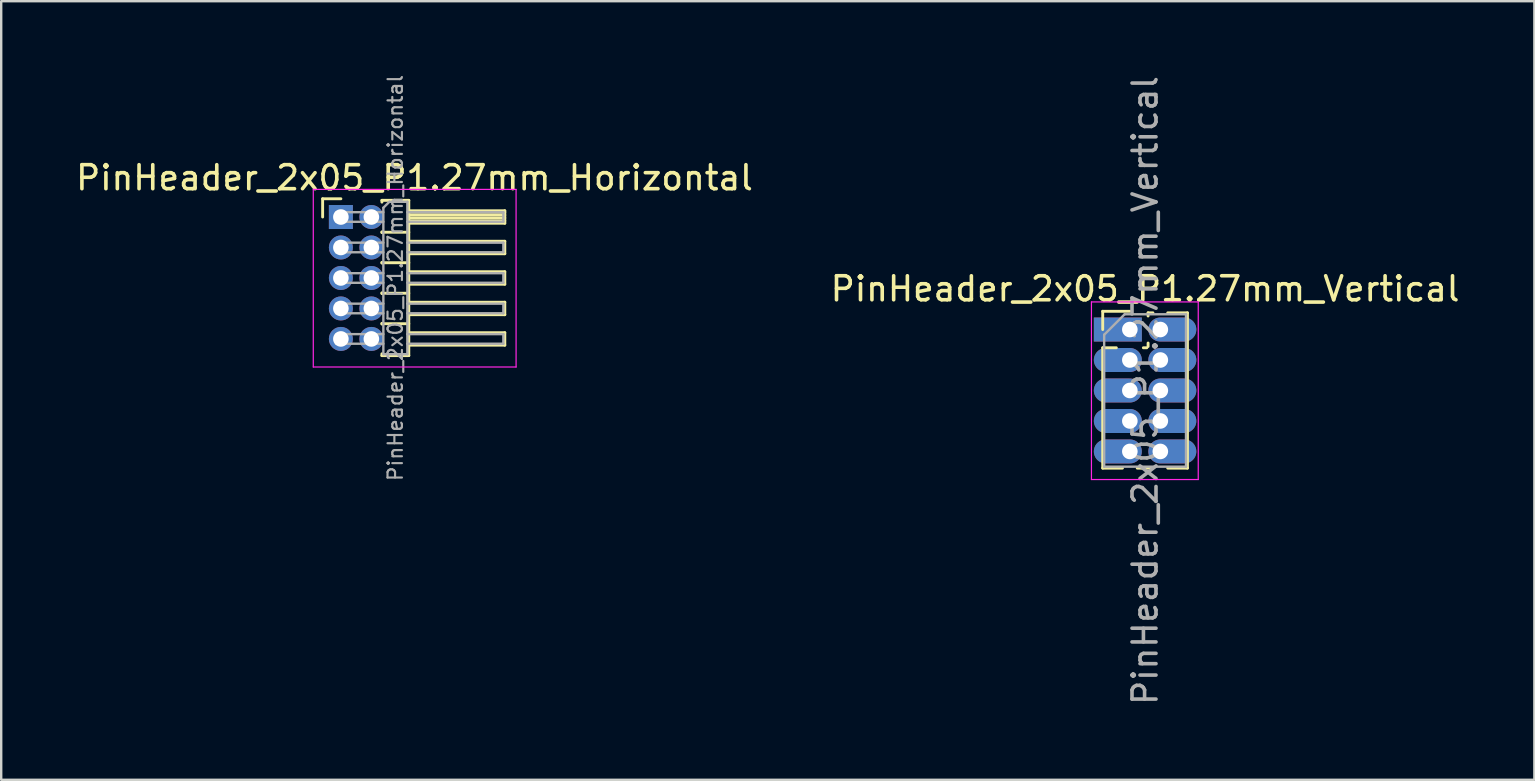
<source format=kicad_pcb>
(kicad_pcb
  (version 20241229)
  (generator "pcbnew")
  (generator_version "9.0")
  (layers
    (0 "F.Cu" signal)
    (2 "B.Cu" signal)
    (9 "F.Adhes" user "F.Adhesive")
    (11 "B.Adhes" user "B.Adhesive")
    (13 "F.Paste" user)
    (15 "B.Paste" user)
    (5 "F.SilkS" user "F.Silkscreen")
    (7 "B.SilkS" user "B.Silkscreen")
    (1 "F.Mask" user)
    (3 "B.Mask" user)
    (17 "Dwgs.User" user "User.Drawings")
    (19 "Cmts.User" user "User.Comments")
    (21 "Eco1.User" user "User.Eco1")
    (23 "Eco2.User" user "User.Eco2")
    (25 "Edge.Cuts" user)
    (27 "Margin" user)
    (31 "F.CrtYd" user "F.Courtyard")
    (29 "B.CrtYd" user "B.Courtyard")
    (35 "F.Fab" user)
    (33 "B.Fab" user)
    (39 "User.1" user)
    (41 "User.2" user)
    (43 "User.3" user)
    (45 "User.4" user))
  (footprint "PinHeader_2x05_P1.27mm_Vertical"
    (layer "F.Cu")
    (at 44.026 10.68)
    (property "Reference" "PinHeader_2x05_P1.27mm_Vertical" (at 0.635 -1.695 0) (layer "F.SilkS") (effects (font (size 1 1) (thickness 0.15))))
    (attr through_hole)
    (fp_line (start -1.13 -0.76) (end 0 -0.76) (stroke (width 0.12) (type solid)) (layer "F.SilkS"))
    (fp_line (start -1.13 0) (end -1.13 -0.76) (stroke (width 0.12) (type solid)) (layer "F.SilkS"))
    (fp_line (start -1.13 0.76) (end -1.13 5.775) (stroke (width 0.12) (type solid)) (layer "F.SilkS"))
    (fp_line (start -1.13 0.76) (end -0.563 0.76) (stroke (width 0.12) (type solid)) (layer "F.SilkS"))
    (fp_line (start -1.13 5.775) (end -0.308 5.775) (stroke (width 0.12) (type solid)) (layer "F.SilkS"))
    (fp_line (start 0.308 5.775) (end 0.962 5.775) (stroke (width 0.12) (type solid)) (layer "F.SilkS"))
    (fp_line (start 0.563 0.76) (end 0.707 0.76) (stroke (width 0.12) (type solid)) (layer "F.SilkS"))
    (fp_line (start 0.76 -0.695) (end 0.962 -0.695) (stroke (width 0.12) (type solid)) (layer "F.SilkS"))
    (fp_line (start 0.76 -0.563) (end 0.76 -0.695) (stroke (width 0.12) (type solid)) (layer "F.SilkS"))
    (fp_line (start 0.76 0.707) (end 0.76 0.563) (stroke (width 0.12) (type solid)) (layer "F.SilkS"))
    (fp_line (start 1.578 -0.695) (end 2.4 -0.695) (stroke (width 0.12) (type solid)) (layer "F.SilkS"))
    (fp_line (start 1.578 5.775) (end 2.4 5.775) (stroke (width 0.12) (type solid)) (layer "F.SilkS"))
    (fp_line (start 2.4 -0.695) (end 2.4 5.775) (stroke (width 0.12) (type solid)) (layer "F.SilkS"))
    (fp_line (start -1.6 -1.15) (end -1.6 6.25) (stroke (width 0.05) (type solid)) (layer "F.CrtYd"))
    (fp_line (start -1.6 6.25) (end 2.85 6.25) (stroke (width 0.05) (type solid)) (layer "F.CrtYd"))
    (fp_line (start 2.85 -1.15) (end -1.6 -1.15) (stroke (width 0.05) (type solid)) (layer "F.CrtYd"))
    (fp_line (start 2.85 6.25) (end 2.85 -1.15) (stroke (width 0.05) (type solid)) (layer "F.CrtYd"))
    (fp_line (start -1.07 0.217) (end -0.217 -0.635) (stroke (width 0.1) (type solid)) (layer "F.Fab"))
    (fp_line (start -1.07 5.715) (end -1.07 0.217) (stroke (width 0.1) (type solid)) (layer "F.Fab"))
    (fp_line (start -0.217 -0.635) (end 2.34 -0.635) (stroke (width 0.1) (type solid)) (layer "F.Fab"))
    (fp_line (start 2.34 -0.635) (end 2.34 5.715) (stroke (width 0.1) (type solid)) (layer "F.Fab"))
    (fp_line (start 2.34 5.715) (end -1.07 5.715) (stroke (width 0.1) (type solid)) (layer "F.Fab"))
    (fp_text user "${REFERENCE}" (at 0.635 2.54 90) (layer "F.Fab") (effects (font (size 1 1) (thickness 0.15))))
    (pad "1" thru_hole rect (at 0 0) (size 2 1) (drill 0.65 (offset -0.5 0)) (layers "*.Cu" "*.Mask"))
    (pad "2" thru_hole oval (at 1.27 0) (size 2 1) (drill 0.65 (offset 0.5 0)) (layers "*.Cu" "*.Mask"))
    (pad "3" thru_hole oval (at 0 1.27) (size 2 1) (drill 0.65 (offset -0.5 0)) (layers "*.Cu" "*.Mask"))
    (pad "4" thru_hole oval (at 1.27 1.27) (size 2 1) (drill 0.65 (offset 0.5 0)) (layers "*.Cu" "*.Mask"))
    (pad "5" thru_hole oval (at 0 2.54) (size 2 1) (drill 0.65 (offset -0.5 0)) (layers "*.Cu" "*.Mask"))
    (pad "6" thru_hole oval (at 1.27 2.54) (size 2 1) (drill 0.65 (offset 0.5 0)) (layers "*.Cu" "*.Mask"))
    (pad "7" thru_hole oval (at 0 3.81) (size 2 1) (drill 0.65 (offset -0.5 0)) (layers "*.Cu" "*.Mask"))
    (pad "8" thru_hole oval (at 1.27 3.81) (size 2 1) (drill 0.65 (offset 0.5 0)) (layers "*.Cu" "*.Mask"))
    (pad "9" thru_hole oval (at 0 5.08) (size 2 1) (drill 0.65 (offset -0.5 0)) (layers "*.Cu" "*.Mask"))
    (pad "10" thru_hole oval (at 1.27 5.08) (size 2 1) (drill 0.65 (offset 0.5 0)) (layers "*.Cu" "*.Mask")))
  (footprint "PinHeader_2x05_P1.27mm_Horizontal"
    (layer "F.Cu")
    (at 11.153 5.992)
    (property "Reference" "PinHeader_2x05_P1.27mm_Horizontal" (at 3.067 -1.635 0) (layer "F.SilkS") (effects (font (size 1 1) (thickness 0.15))))
    (attr through_hole)
    (fp_line (start -0.76 -0.76) (end 0 -0.76) (stroke (width 0.12) (type solid)) (layer "F.SilkS"))
    (fp_line (start -0.76 0) (end -0.76 -0.76) (stroke (width 0.12) (type solid)) (layer "F.SilkS"))
    (fp_line (start 1.71 -0.695) (end 2.83 -0.695) (stroke (width 0.12) (type solid)) (layer "F.SilkS"))
    (fp_line (start 1.71 -0.62) (end 1.71 -0.695) (stroke (width 0.12) (type solid)) (layer "F.SilkS"))
    (fp_line (start 1.71 0.62) (end 1.71 0.65) (stroke (width 0.12) (type solid)) (layer "F.SilkS"))
    (fp_line (start 1.71 0.635) (end 2.83 0.635) (stroke (width 0.12) (type solid)) (layer "F.SilkS"))
    (fp_line (start 1.71 1.89) (end 1.71 1.92) (stroke (width 0.12) (type solid)) (layer "F.SilkS"))
    (fp_line (start 1.71 1.905) (end 2.83 1.905) (stroke (width 0.12) (type solid)) (layer "F.SilkS"))
    (fp_line (start 1.71 3.16) (end 1.71 3.19) (stroke (width 0.12) (type solid)) (layer "F.SilkS"))
    (fp_line (start 1.71 3.175) (end 2.83 3.175) (stroke (width 0.12) (type solid)) (layer "F.SilkS"))
    (fp_line (start 1.71 4.43) (end 1.71 4.46) (stroke (width 0.12) (type solid)) (layer "F.SilkS"))
    (fp_line (start 1.71 4.445) (end 2.83 4.445) (stroke (width 0.12) (type solid)) (layer "F.SilkS"))
    (fp_line (start 1.71 5.775) (end 1.71 5.7) (stroke (width 0.12) (type solid)) (layer "F.SilkS"))
    (fp_line (start 2.83 -0.695) (end 2.83 5.775) (stroke (width 0.12) (type solid)) (layer "F.SilkS"))
    (fp_line (start 2.83 -0.26) (end 6.83 -0.26) (stroke (width 0.12) (type solid)) (layer "F.SilkS"))
    (fp_line (start 2.83 -0.2) (end 6.83 -0.2) (stroke (width 0.12) (type solid)) (layer "F.SilkS"))
    (fp_line (start 2.83 -0.08) (end 6.83 -0.08) (stroke (width 0.12) (type solid)) (layer "F.SilkS"))
    (fp_line (start 2.83 0.04) (end 6.83 0.04) (stroke (width 0.12) (type solid)) (layer "F.SilkS"))
    (fp_line (start 2.83 0.16) (end 6.83 0.16) (stroke (width 0.12) (type solid)) (layer "F.SilkS"))
    (fp_line (start 2.83 1.01) (end 6.83 1.01) (stroke (width 0.12) (type solid)) (layer "F.SilkS"))
    (fp_line (start 2.83 2.28) (end 6.83 2.28) (stroke (width 0.12) (type solid)) (layer "F.SilkS"))
    (fp_line (start 2.83 3.55) (end 6.83 3.55) (stroke (width 0.12) (type solid)) (layer "F.SilkS"))
    (fp_line (start 2.83 4.82) (end 6.83 4.82) (stroke (width 0.12) (type solid)) (layer "F.SilkS"))
    (fp_line (start 2.83 5.775) (end 1.71 5.775) (stroke (width 0.12) (type solid)) (layer "F.SilkS"))
    (fp_line (start 6.83 -0.26) (end 6.83 0.26) (stroke (width 0.12) (type solid)) (layer "F.SilkS"))
    (fp_line (start 6.83 0.26) (end 2.83 0.26) (stroke (width 0.12) (type solid)) (layer "F.SilkS"))
    (fp_line (start 6.83 1.01) (end 6.83 1.53) (stroke (width 0.12) (type solid)) (layer "F.SilkS"))
    (fp_line (start 6.83 1.53) (end 2.83 1.53) (stroke (width 0.12) (type solid)) (layer "F.SilkS"))
    (fp_line (start 6.83 2.28) (end 6.83 2.8) (stroke (width 0.12) (type solid)) (layer "F.SilkS"))
    (fp_line (start 6.83 2.8) (end 2.83 2.8) (stroke (width 0.12) (type solid)) (layer "F.SilkS"))
    (fp_line (start 6.83 3.55) (end 6.83 4.07) (stroke (width 0.12) (type solid)) (layer "F.SilkS"))
    (fp_line (start 6.83 4.07) (end 2.83 4.07) (stroke (width 0.12) (type solid)) (layer "F.SilkS"))
    (fp_line (start 6.83 4.82) (end 6.83 5.34) (stroke (width 0.12) (type solid)) (layer "F.SilkS"))
    (fp_line (start 6.83 5.34) (end 2.83 5.34) (stroke (width 0.12) (type solid)) (layer "F.SilkS"))
    (fp_line (start -1.15 -1.15) (end -1.15 6.25) (stroke (width 0.05) (type solid)) (layer "F.CrtYd"))
    (fp_line (start -1.15 6.25) (end 7.3 6.25) (stroke (width 0.05) (type solid)) (layer "F.CrtYd"))
    (fp_line (start 7.3 -1.15) (end -1.15 -1.15) (stroke (width 0.05) (type solid)) (layer "F.CrtYd"))
    (fp_line (start 7.3 6.25) (end 7.3 -1.15) (stroke (width 0.05) (type solid)) (layer "F.CrtYd"))
    (fp_line (start -0.2 -0.2) (end -0.2 0.2) (stroke (width 0.1) (type solid)) (layer "F.Fab"))
    (fp_line (start -0.2 -0.2) (end 1.77 -0.2) (stroke (width 0.1) (type solid)) (layer "F.Fab"))
    (fp_line (start -0.2 0.2) (end 1.77 0.2) (stroke (width 0.1) (type solid)) (layer "F.Fab"))
    (fp_line (start -0.2 1.07) (end -0.2 1.47) (stroke (width 0.1) (type solid)) (layer "F.Fab"))
    (fp_line (start -0.2 1.07) (end 1.77 1.07) (stroke (width 0.1) (type solid)) (layer "F.Fab"))
    (fp_line (start -0.2 1.47) (end 1.77 1.47) (stroke (width 0.1) (type solid)) (layer "F.Fab"))
    (fp_line (start -0.2 2.34) (end -0.2 2.74) (stroke (width 0.1) (type solid)) (layer "F.Fab"))
    (fp_line (start -0.2 2.34) (end 1.77 2.34) (stroke (width 0.1) (type solid)) (layer "F.Fab"))
    (fp_line (start -0.2 2.74) (end 1.77 2.74) (stroke (width 0.1) (type solid)) (layer "F.Fab"))
    (fp_line (start -0.2 3.61) (end -0.2 4.01) (stroke (width 0.1) (type solid)) (layer "F.Fab"))
    (fp_line (start -0.2 3.61) (end 1.77 3.61) (stroke (width 0.1) (type solid)) (layer "F.Fab"))
    (fp_line (start -0.2 4.01) (end 1.77 4.01) (stroke (width 0.1) (type solid)) (layer "F.Fab"))
    (fp_line (start -0.2 4.88) (end -0.2 5.28) (stroke (width 0.1) (type solid)) (layer "F.Fab"))
    (fp_line (start -0.2 4.88) (end 1.77 4.88) (stroke (width 0.1) (type solid)) (layer "F.Fab"))
    (fp_line (start -0.2 5.28) (end 1.77 5.28) (stroke (width 0.1) (type solid)) (layer "F.Fab"))
    (fp_line (start 1.77 -0.385) (end 2.02 -0.635) (stroke (width 0.1) (type solid)) (layer "F.Fab"))
    (fp_line (start 1.77 5.715) (end 1.77 -0.385) (stroke (width 0.1) (type solid)) (layer "F.Fab"))
    (fp_line (start 2.02 -0.635) (end 2.77 -0.635) (stroke (width 0.1) (type solid)) (layer "F.Fab"))
    (fp_line (start 2.77 -0.635) (end 2.77 5.715) (stroke (width 0.1) (type solid)) (layer "F.Fab"))
    (fp_line (start 2.77 -0.2) (end 6.77 -0.2) (stroke (width 0.1) (type solid)) (layer "F.Fab"))
    (fp_line (start 2.77 0.2) (end 6.77 0.2) (stroke (width 0.1) (type solid)) (layer "F.Fab"))
    (fp_line (start 2.77 1.07) (end 6.77 1.07) (stroke (width 0.1) (type solid)) (layer "F.Fab"))
    (fp_line (start 2.77 1.47) (end 6.77 1.47) (stroke (width 0.1) (type solid)) (layer "F.Fab"))
    (fp_line (start 2.77 2.34) (end 6.77 2.34) (stroke (width 0.1) (type solid)) (layer "F.Fab"))
    (fp_line (start 2.77 2.74) (end 6.77 2.74) (stroke (width 0.1) (type solid)) (layer "F.Fab"))
    (fp_line (start 2.77 3.61) (end 6.77 3.61) (stroke (width 0.1) (type solid)) (layer "F.Fab"))
    (fp_line (start 2.77 4.01) (end 6.77 4.01) (stroke (width 0.1) (type solid)) (layer "F.Fab"))
    (fp_line (start 2.77 4.88) (end 6.77 4.88) (stroke (width 0.1) (type solid)) (layer "F.Fab"))
    (fp_line (start 2.77 5.28) (end 6.77 5.28) (stroke (width 0.1) (type solid)) (layer "F.Fab"))
    (fp_line (start 2.77 5.715) (end 1.77 5.715) (stroke (width 0.1) (type solid)) (layer "F.Fab"))
    (fp_line (start 6.77 -0.2) (end 6.77 0.2) (stroke (width 0.1) (type solid)) (layer "F.Fab"))
    (fp_line (start 6.77 1.07) (end 6.77 1.47) (stroke (width 0.1) (type solid)) (layer "F.Fab"))
    (fp_line (start 6.77 2.34) (end 6.77 2.74) (stroke (width 0.1) (type solid)) (layer "F.Fab"))
    (fp_line (start 6.77 3.61) (end 6.77 4.01) (stroke (width 0.1) (type solid)) (layer "F.Fab"))
    (fp_line (start 6.77 4.88) (end 6.77 5.28) (stroke (width 0.1) (type solid)) (layer "F.Fab"))
    (fp_text user "${REFERENCE}" (at 2.27 2.54 90) (layer "F.Fab") (effects (font (size 0.6 0.6) (thickness 0.09))))
    (pad "1" thru_hole rect (at 0 0) (size 1 1) (drill 0.65) (layers "*.Cu" "*.Mask"))
    (pad "2" thru_hole oval (at 1.27 0) (size 1 1) (drill 0.65) (layers "*.Cu" "*.Mask"))
    (pad "3" thru_hole oval (at 0 1.27) (size 1 1) (drill 0.65) (layers "*.Cu" "*.Mask"))
    (pad "4" thru_hole oval (at 1.27 1.27) (size 1 1) (drill 0.65) (layers "*.Cu" "*.Mask"))
    (pad "5" thru_hole oval (at 0 2.54) (size 1 1) (drill 0.65) (layers "*.Cu" "*.Mask"))
    (pad "6" thru_hole oval (at 1.27 2.54) (size 1 1) (drill 0.65) (layers "*.Cu" "*.Mask"))
    (pad "7" thru_hole oval (at 0 3.81) (size 1 1) (drill 0.65) (layers "*.Cu" "*.Mask"))
    (pad "8" thru_hole oval (at 1.27 3.81) (size 1 1) (drill 0.65) (layers "*.Cu" "*.Mask"))
    (pad "9" thru_hole oval (at 0 5.08) (size 1 1) (drill 0.65) (layers "*.Cu" "*.Mask"))
    (pad "10" thru_hole oval (at 1.27 5.08) (size 1 1) (drill 0.65) (layers "*.Cu" "*.Mask")))
  (gr_rect
    (start -3 -3)
    (end 60.881 29.44)
    (stroke (width 0.1) (type default))
    (fill no)
    (layer "Edge.Cuts")))
</source>
